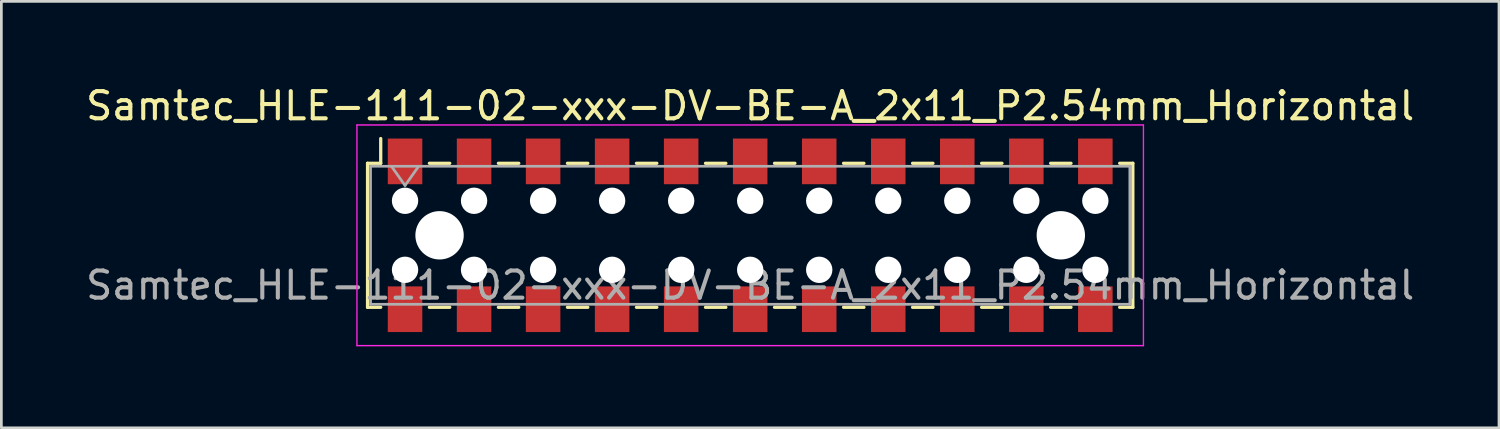
<source format=kicad_pcb>
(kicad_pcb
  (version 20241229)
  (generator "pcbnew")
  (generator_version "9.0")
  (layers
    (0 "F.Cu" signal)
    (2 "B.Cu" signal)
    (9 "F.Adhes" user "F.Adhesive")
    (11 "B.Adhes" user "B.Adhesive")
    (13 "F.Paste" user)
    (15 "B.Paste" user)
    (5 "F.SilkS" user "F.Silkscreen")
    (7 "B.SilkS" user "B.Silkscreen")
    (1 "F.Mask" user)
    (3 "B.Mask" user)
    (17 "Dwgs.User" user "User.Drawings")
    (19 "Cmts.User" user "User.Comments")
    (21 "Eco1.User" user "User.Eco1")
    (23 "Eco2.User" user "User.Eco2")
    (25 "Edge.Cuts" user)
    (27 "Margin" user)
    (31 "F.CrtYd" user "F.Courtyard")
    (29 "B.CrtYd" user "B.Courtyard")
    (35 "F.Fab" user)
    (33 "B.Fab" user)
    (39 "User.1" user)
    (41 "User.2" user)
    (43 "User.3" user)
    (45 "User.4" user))
  (footprint "Samtec_HLE-111-02-xxx-DV-BE-A_2x11_P2.54mm_Horizontal"
    (layer "F.Cu")
    (at 24.554 5.608)
    (property "Reference" "Samtec_HLE-111-02-xxx-DV-BE-A_2x11_P2.54mm_Horizontal" (at 0 -4.76 0) (layer "F.SilkS") (effects (font (size 1 1) (thickness 0.15))))
    (attr smd)
    (fp_line (start -14.08 -2.65) (end -14.08 2.65) (stroke (width 0.12) (type solid)) (layer "F.SilkS"))
    (fp_line (start -14.08 2.65) (end -13.595 2.65) (stroke (width 0.12) (type solid)) (layer "F.SilkS"))
    (fp_line (start -13.595 -3.56) (end -13.595 -2.65) (stroke (width 0.12) (type solid)) (layer "F.SilkS"))
    (fp_line (start -13.595 -2.65) (end -14.08 -2.65) (stroke (width 0.12) (type solid)) (layer "F.SilkS"))
    (fp_line (start -11.805 -2.65) (end -11.055 -2.65) (stroke (width 0.12) (type solid)) (layer "F.SilkS"))
    (fp_line (start -11.805 2.65) (end -11.055 2.65) (stroke (width 0.12) (type solid)) (layer "F.SilkS"))
    (fp_line (start -9.265 -2.65) (end -8.515 -2.65) (stroke (width 0.12) (type solid)) (layer "F.SilkS"))
    (fp_line (start -9.265 2.65) (end -8.515 2.65) (stroke (width 0.12) (type solid)) (layer "F.SilkS"))
    (fp_line (start -6.725 -2.65) (end -5.975 -2.65) (stroke (width 0.12) (type solid)) (layer "F.SilkS"))
    (fp_line (start -6.725 2.65) (end -5.975 2.65) (stroke (width 0.12) (type solid)) (layer "F.SilkS"))
    (fp_line (start -4.185 -2.65) (end -3.435 -2.65) (stroke (width 0.12) (type solid)) (layer "F.SilkS"))
    (fp_line (start -4.185 2.65) (end -3.435 2.65) (stroke (width 0.12) (type solid)) (layer "F.SilkS"))
    (fp_line (start -1.645 -2.65) (end -0.895 -2.65) (stroke (width 0.12) (type solid)) (layer "F.SilkS"))
    (fp_line (start -1.645 2.65) (end -0.895 2.65) (stroke (width 0.12) (type solid)) (layer "F.SilkS"))
    (fp_line (start 0.895 -2.65) (end 1.645 -2.65) (stroke (width 0.12) (type solid)) (layer "F.SilkS"))
    (fp_line (start 0.895 2.65) (end 1.645 2.65) (stroke (width 0.12) (type solid)) (layer "F.SilkS"))
    (fp_line (start 3.435 -2.65) (end 4.185 -2.65) (stroke (width 0.12) (type solid)) (layer "F.SilkS"))
    (fp_line (start 3.435 2.65) (end 4.185 2.65) (stroke (width 0.12) (type solid)) (layer "F.SilkS"))
    (fp_line (start 5.975 -2.65) (end 6.725 -2.65) (stroke (width 0.12) (type solid)) (layer "F.SilkS"))
    (fp_line (start 5.975 2.65) (end 6.725 2.65) (stroke (width 0.12) (type solid)) (layer "F.SilkS"))
    (fp_line (start 8.515 -2.65) (end 9.265 -2.65) (stroke (width 0.12) (type solid)) (layer "F.SilkS"))
    (fp_line (start 8.515 2.65) (end 9.265 2.65) (stroke (width 0.12) (type solid)) (layer "F.SilkS"))
    (fp_line (start 11.055 -2.65) (end 11.805 -2.65) (stroke (width 0.12) (type solid)) (layer "F.SilkS"))
    (fp_line (start 11.055 2.65) (end 11.805 2.65) (stroke (width 0.12) (type solid)) (layer "F.SilkS"))
    (fp_line (start 13.595 -2.65) (end 14.08 -2.65) (stroke (width 0.12) (type solid)) (layer "F.SilkS"))
    (fp_line (start 14.08 -2.65) (end 14.08 2.65) (stroke (width 0.12) (type solid)) (layer "F.SilkS"))
    (fp_line (start 14.08 2.65) (end 13.595 2.65) (stroke (width 0.12) (type solid)) (layer "F.SilkS"))
    (fp_line (start -14.47 -4.06) (end 14.47 -4.06) (stroke (width 0.05) (type solid)) (layer "F.CrtYd"))
    (fp_line (start -14.47 4.06) (end -14.47 -4.06) (stroke (width 0.05) (type solid)) (layer "F.CrtYd"))
    (fp_line (start 14.47 -4.06) (end 14.47 4.06) (stroke (width 0.05) (type solid)) (layer "F.CrtYd"))
    (fp_line (start 14.47 4.06) (end -14.47 4.06) (stroke (width 0.05) (type solid)) (layer "F.CrtYd"))
    (fp_line (start -13.97 -2.54) (end 13.97 -2.54) (stroke (width 0.1) (type solid)) (layer "F.Fab"))
    (fp_line (start -13.97 2.54) (end -13.97 -2.54) (stroke (width 0.1) (type solid)) (layer "F.Fab"))
    (fp_line (start -13.2 -2.54) (end -12.7 -1.833) (stroke (width 0.1) (type solid)) (layer "F.Fab"))
    (fp_line (start -12.7 -1.833) (end -12.2 -2.54) (stroke (width 0.1) (type solid)) (layer "F.Fab"))
    (fp_line (start 13.97 -2.54) (end 13.97 2.54) (stroke (width 0.1) (type solid)) (layer "F.Fab"))
    (fp_line (start 13.97 2.54) (end -13.97 2.54) (stroke (width 0.1) (type solid)) (layer "F.Fab"))
    (fp_text user "${REFERENCE}" (at 0 1.84 0) (layer "F.Fab") (effects (font (size 1 1) (thickness 0.15))))
    (pad "" np_thru_hole circle (at -12.7 -1.27) (size 0.97 0.97) (drill 0.97) (layers "*.Cu" "*.Mask"))
    (pad "" np_thru_hole circle (at -12.7 1.27) (size 0.97 0.97) (drill 0.97) (layers "*.Cu" "*.Mask"))
    (pad "" np_thru_hole circle (at -11.43 0) (size 1.78 1.78) (drill 1.78) (layers "*.Cu" "*.Mask"))
    (pad "" np_thru_hole circle (at -10.16 -1.27) (size 0.97 0.97) (drill 0.97) (layers "*.Cu" "*.Mask"))
    (pad "" np_thru_hole circle (at -10.16 1.27) (size 0.97 0.97) (drill 0.97) (layers "*.Cu" "*.Mask"))
    (pad "" np_thru_hole circle (at -7.62 -1.27) (size 0.97 0.97) (drill 0.97) (layers "*.Cu" "*.Mask"))
    (pad "" np_thru_hole circle (at -7.62 1.27) (size 0.97 0.97) (drill 0.97) (layers "*.Cu" "*.Mask"))
    (pad "" np_thru_hole circle (at -5.08 -1.27) (size 0.97 0.97) (drill 0.97) (layers "*.Cu" "*.Mask"))
    (pad "" np_thru_hole circle (at -5.08 1.27) (size 0.97 0.97) (drill 0.97) (layers "*.Cu" "*.Mask"))
    (pad "" np_thru_hole circle (at -2.54 -1.27) (size 0.97 0.97) (drill 0.97) (layers "*.Cu" "*.Mask"))
    (pad "" np_thru_hole circle (at -2.54 1.27) (size 0.97 0.97) (drill 0.97) (layers "*.Cu" "*.Mask"))
    (pad "" np_thru_hole circle (at 0 -1.27) (size 0.97 0.97) (drill 0.97) (layers "*.Cu" "*.Mask"))
    (pad "" np_thru_hole circle (at 0 1.27) (size 0.97 0.97) (drill 0.97) (layers "*.Cu" "*.Mask"))
    (pad "" np_thru_hole circle (at 2.54 -1.27) (size 0.97 0.97) (drill 0.97) (layers "*.Cu" "*.Mask"))
    (pad "" np_thru_hole circle (at 2.54 1.27) (size 0.97 0.97) (drill 0.97) (layers "*.Cu" "*.Mask"))
    (pad "" np_thru_hole circle (at 5.08 -1.27) (size 0.97 0.97) (drill 0.97) (layers "*.Cu" "*.Mask"))
    (pad "" np_thru_hole circle (at 5.08 1.27) (size 0.97 0.97) (drill 0.97) (layers "*.Cu" "*.Mask"))
    (pad "" np_thru_hole circle (at 7.62 -1.27) (size 0.97 0.97) (drill 0.97) (layers "*.Cu" "*.Mask"))
    (pad "" np_thru_hole circle (at 7.62 1.27) (size 0.97 0.97) (drill 0.97) (layers "*.Cu" "*.Mask"))
    (pad "" np_thru_hole circle (at 10.16 -1.27) (size 0.97 0.97) (drill 0.97) (layers "*.Cu" "*.Mask"))
    (pad "" np_thru_hole circle (at 10.16 1.27) (size 0.97 0.97) (drill 0.97) (layers "*.Cu" "*.Mask"))
    (pad "" np_thru_hole circle (at 11.43 0) (size 1.78 1.78) (drill 1.78) (layers "*.Cu" "*.Mask"))
    (pad "" np_thru_hole circle (at 12.7 -1.27) (size 0.97 0.97) (drill 0.97) (layers "*.Cu" "*.Mask"))
    (pad "" np_thru_hole circle (at 12.7 1.27) (size 0.97 0.97) (drill 0.97) (layers "*.Cu" "*.Mask"))
    (pad "1" smd rect (at -12.7 -2.72) (size 1.27 1.68) (layers "F.Cu" "F.Mask" "F.Paste"))
    (pad "2" smd rect (at -12.7 2.72) (size 1.27 1.68) (layers "F.Cu" "F.Mask" "F.Paste"))
    (pad "3" smd rect (at -10.16 -2.72) (size 1.27 1.68) (layers "F.Cu" "F.Mask" "F.Paste"))
    (pad "4" smd rect (at -10.16 2.72) (size 1.27 1.68) (layers "F.Cu" "F.Mask" "F.Paste"))
    (pad "5" smd rect (at -7.62 -2.72) (size 1.27 1.68) (layers "F.Cu" "F.Mask" "F.Paste"))
    (pad "6" smd rect (at -7.62 2.72) (size 1.27 1.68) (layers "F.Cu" "F.Mask" "F.Paste"))
    (pad "7" smd rect (at -5.08 -2.72) (size 1.27 1.68) (layers "F.Cu" "F.Mask" "F.Paste"))
    (pad "8" smd rect (at -5.08 2.72) (size 1.27 1.68) (layers "F.Cu" "F.Mask" "F.Paste"))
    (pad "9" smd rect (at -2.54 -2.72) (size 1.27 1.68) (layers "F.Cu" "F.Mask" "F.Paste"))
    (pad "10" smd rect (at -2.54 2.72) (size 1.27 1.68) (layers "F.Cu" "F.Mask" "F.Paste"))
    (pad "11" smd rect (at 0 -2.72) (size 1.27 1.68) (layers "F.Cu" "F.Mask" "F.Paste"))
    (pad "12" smd rect (at 0 2.72) (size 1.27 1.68) (layers "F.Cu" "F.Mask" "F.Paste"))
    (pad "13" smd rect (at 2.54 -2.72) (size 1.27 1.68) (layers "F.Cu" "F.Mask" "F.Paste"))
    (pad "14" smd rect (at 2.54 2.72) (size 1.27 1.68) (layers "F.Cu" "F.Mask" "F.Paste"))
    (pad "15" smd rect (at 5.08 -2.72) (size 1.27 1.68) (layers "F.Cu" "F.Mask" "F.Paste"))
    (pad "16" smd rect (at 5.08 2.72) (size 1.27 1.68) (layers "F.Cu" "F.Mask" "F.Paste"))
    (pad "17" smd rect (at 7.62 -2.72) (size 1.27 1.68) (layers "F.Cu" "F.Mask" "F.Paste"))
    (pad "18" smd rect (at 7.62 2.72) (size 1.27 1.68) (layers "F.Cu" "F.Mask" "F.Paste"))
    (pad "19" smd rect (at 10.16 -2.72) (size 1.27 1.68) (layers "F.Cu" "F.Mask" "F.Paste"))
    (pad "20" smd rect (at 10.16 2.72) (size 1.27 1.68) (layers "F.Cu" "F.Mask" "F.Paste"))
    (pad "21" smd rect (at 12.7 -2.72) (size 1.27 1.68) (layers "F.Cu" "F.Mask" "F.Paste"))
    (pad "22" smd rect (at 12.7 2.72) (size 1.27 1.68) (layers "F.Cu" "F.Mask" "F.Paste")))
  (gr_rect
    (start -3 -3)
    (end 52.107 12.693)
    (stroke (width 0.1) (type default))
    (fill no)
    (layer "Edge.Cuts")))
</source>
